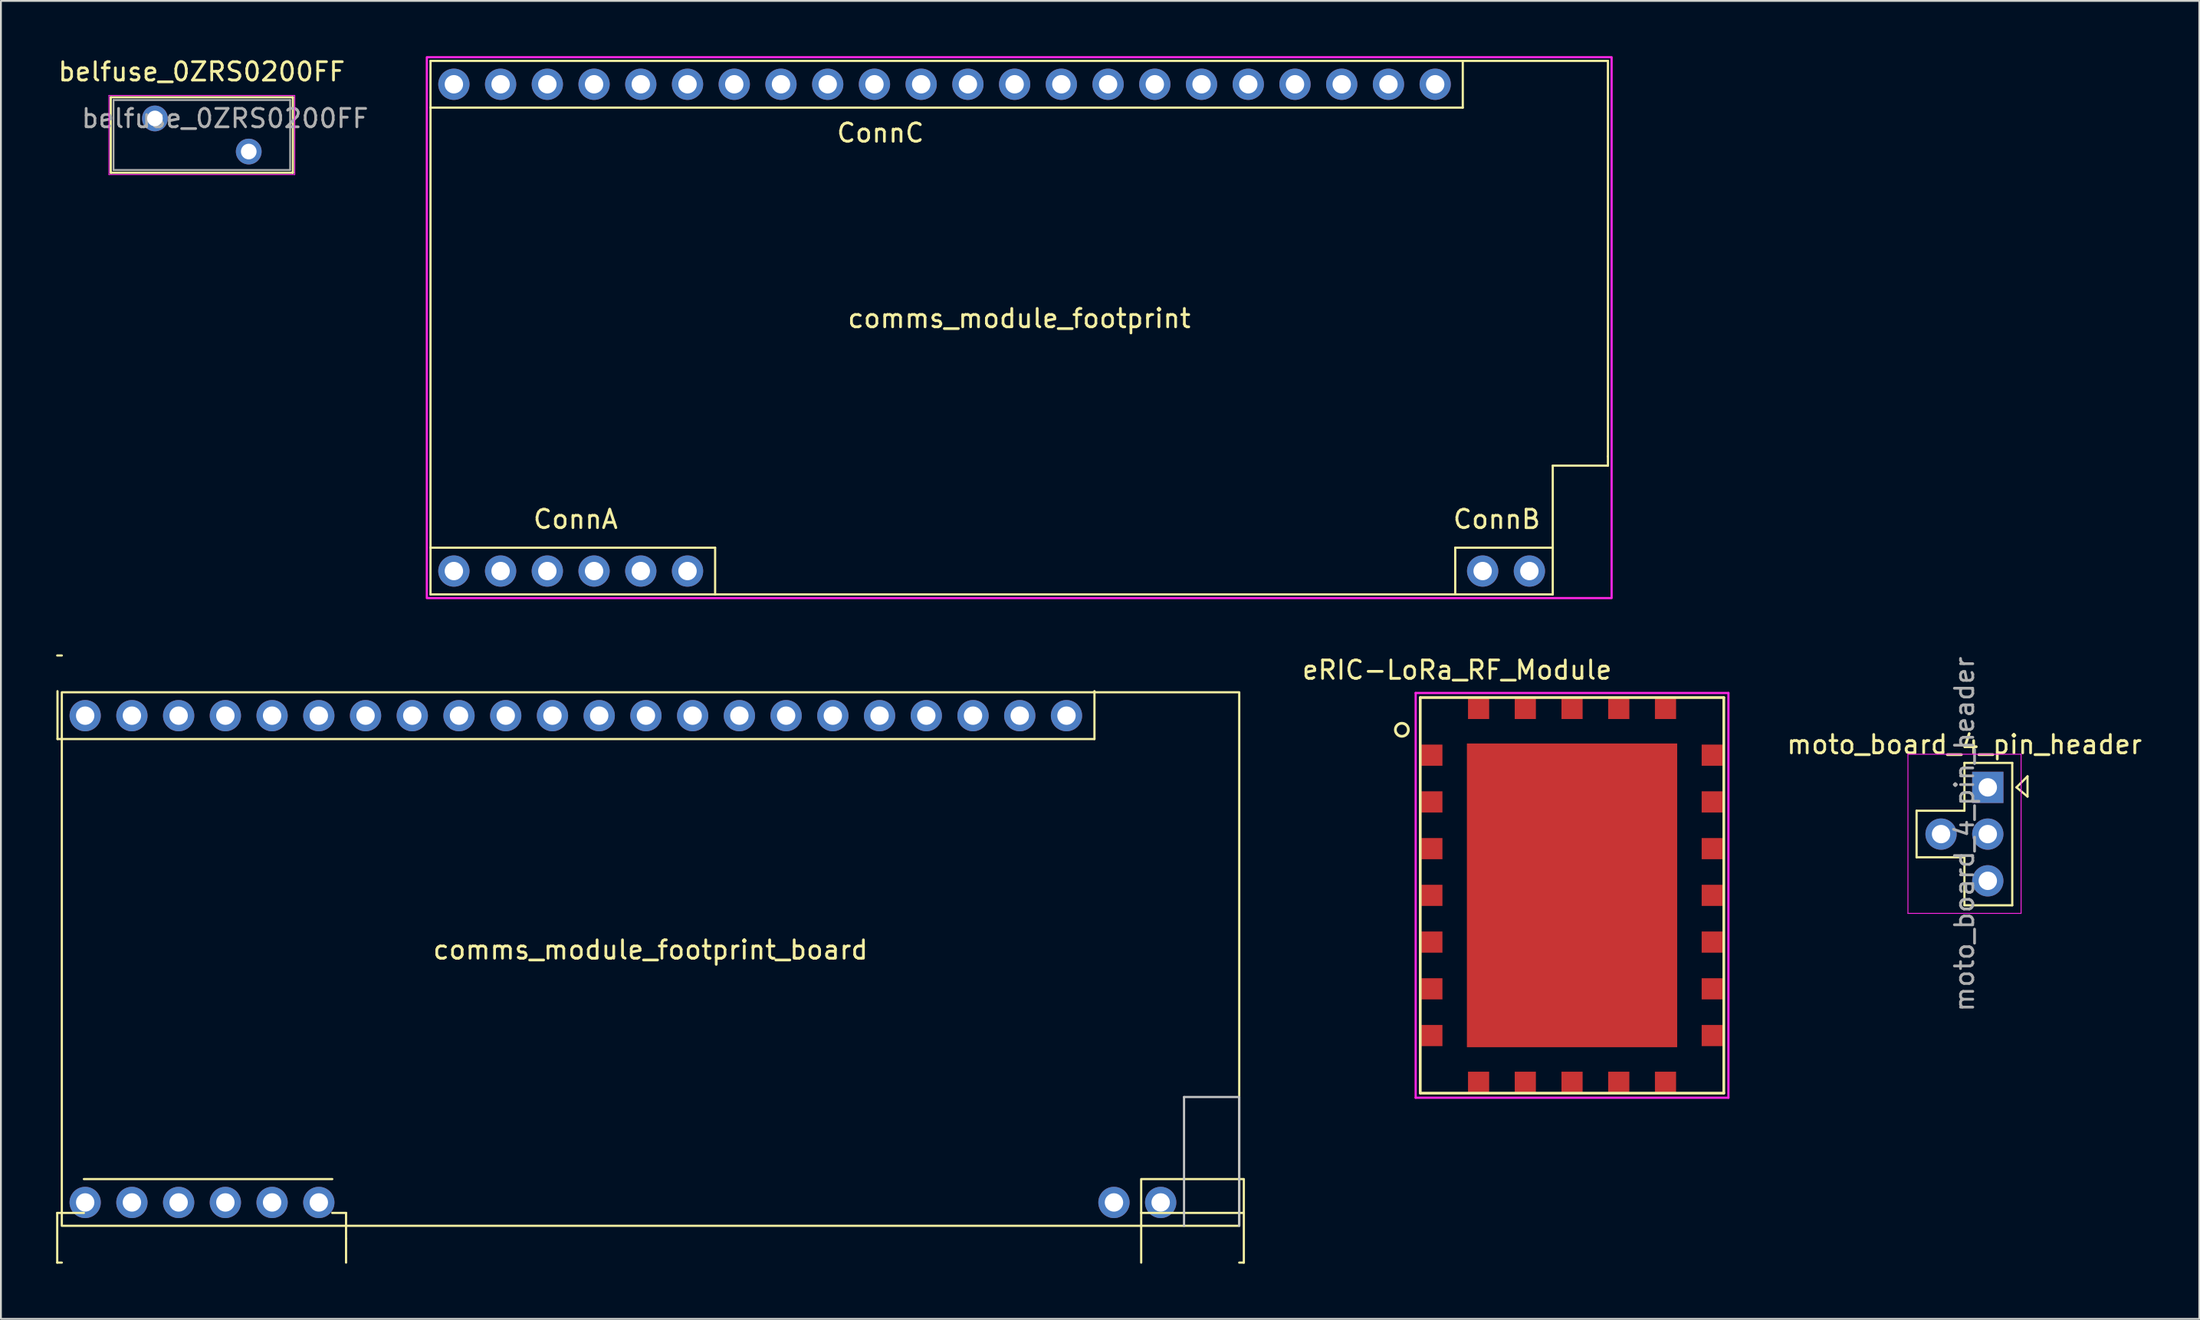
<source format=kicad_pcb>
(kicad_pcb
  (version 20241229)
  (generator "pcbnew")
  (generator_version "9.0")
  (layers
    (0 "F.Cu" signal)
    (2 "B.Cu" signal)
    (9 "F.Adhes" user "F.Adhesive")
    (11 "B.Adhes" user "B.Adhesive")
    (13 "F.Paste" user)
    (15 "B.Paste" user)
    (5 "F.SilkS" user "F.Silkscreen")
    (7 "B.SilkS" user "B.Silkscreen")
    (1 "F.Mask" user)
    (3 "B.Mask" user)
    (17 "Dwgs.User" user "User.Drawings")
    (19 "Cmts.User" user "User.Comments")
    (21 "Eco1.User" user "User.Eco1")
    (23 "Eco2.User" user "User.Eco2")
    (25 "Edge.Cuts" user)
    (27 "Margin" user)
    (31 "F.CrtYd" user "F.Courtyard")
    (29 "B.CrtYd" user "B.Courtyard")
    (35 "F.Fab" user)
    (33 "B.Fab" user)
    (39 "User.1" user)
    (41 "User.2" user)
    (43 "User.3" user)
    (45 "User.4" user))
  (footprint "comms_module_footprint"
    (layer "F.Cu")
    (at 52.351 14.76)
    (property "Reference" "comms_module_footprint" (at 0 -0.5 0) (unlocked yes) (layer "F.SilkS") (effects (font (size 1 1) (thickness 0.15))))
    (attr through_hole)
    (fp_line (start -32 -14.5) (end -32 14.5) (stroke (width 0.12) (type default)) (layer "F.SilkS"))
    (fp_line (start -32 -14.5) (end 32 -14.5) (stroke (width 0.12) (type default)) (layer "F.SilkS"))
    (fp_line (start -32 11.96) (end -16.53 11.96) (stroke (width 0.12) (type default)) (layer "F.SilkS"))
    (fp_line (start -32 14.5) (end 29 14.5) (stroke (width 0.12) (type default)) (layer "F.SilkS"))
    (fp_line (start -16.53 11.96) (end -16.53 14.5) (stroke (width 0.12) (type default)) (layer "F.SilkS"))
    (fp_line (start 23.7 11.96) (end 23.7 14.46) (stroke (width 0.12) (type default)) (layer "F.SilkS"))
    (fp_line (start 23.7 11.96) (end 29 11.96) (stroke (width 0.12) (type default)) (layer "F.SilkS"))
    (fp_line (start 24.11 -14.5) (end 24.11 -11.96) (stroke (width 0.12) (type default)) (layer "F.SilkS"))
    (fp_line (start 24.11 -11.96) (end -32 -11.96) (stroke (width 0.12) (type default)) (layer "F.SilkS"))
    (fp_line (start 29 7.5) (end 32 7.5) (stroke (width 0.12) (type default)) (layer "F.SilkS"))
    (fp_line (start 29 14.5) (end 29 7.5) (stroke (width 0.12) (type default)) (layer "F.SilkS"))
    (fp_line (start 32 -14.5) (end 32 7) (stroke (width 0.12) (type default)) (layer "F.SilkS"))
    (fp_line (start 32 7.5) (end 32 7) (stroke (width 0.12) (type default)) (layer "F.SilkS"))
    (fp_rect (start -32.2 -14.7) (end 32.2 14.7) (stroke (width 0.12) (type default)) (fill no) (layer "F.CrtYd"))
    (fp_text user "ConnB" (at 23.5 11 0) (unlocked yes) (layer "F.SilkS") (effects (font (size 1 1) (thickness 0.15)) (justify left bottom)))
    (fp_text user "ConnC" (at -10 -10 0) (unlocked yes) (layer "F.SilkS") (effects (font (size 1 1) (thickness 0.15)) (justify left bottom)))
    (fp_text user "ConnA" (at -26.5 11 0) (unlocked yes) (layer "F.SilkS") (effects (font (size 1 1) (thickness 0.15)) (justify left bottom)))
    (pad "1" thru_hole circle (at -30.73 13.23 90) (size 1.7 1.7) (drill 1) (layers "*.Cu" "*.Mask"))
    (pad "2" thru_hole oval (at -28.19 13.23 90) (size 1.7 1.7) (drill 1) (layers "*.Cu" "*.Mask"))
    (pad "3" thru_hole oval (at -25.65 13.23 90) (size 1.7 1.7) (drill 1) (layers "*.Cu" "*.Mask"))
    (pad "4" thru_hole oval (at -23.11 13.23 90) (size 1.7 1.7) (drill 1) (layers "*.Cu" "*.Mask"))
    (pad "5" thru_hole oval (at -20.57 13.23 90) (size 1.7 1.7) (drill 1) (layers "*.Cu" "*.Mask"))
    (pad "6" thru_hole oval (at -18.03 13.23 90) (size 1.7 1.7) (drill 1) (layers "*.Cu" "*.Mask"))
    (pad "7" thru_hole circle (at 25.19 13.23 90) (size 1.7 1.7) (drill 1) (layers "*.Cu" "*.Mask"))
    (pad "8" thru_hole oval (at 27.73 13.23 90) (size 1.7 1.7) (drill 1) (layers "*.Cu" "*.Mask"))
    (pad "9" thru_hole oval (at 22.61 -13.23 90) (size 1.7 1.7) (drill 1) (layers "*.Cu" "*.Mask"))
    (pad "10" thru_hole oval (at 20.07 -13.23 90) (size 1.7 1.7) (drill 1) (layers "*.Cu" "*.Mask"))
    (pad "11" thru_hole oval (at 17.53 -13.23 90) (size 1.7 1.7) (drill 1) (layers "*.Cu" "*.Mask"))
    (pad "12" thru_hole oval (at 14.99 -13.23 90) (size 1.7 1.7) (drill 1) (layers "*.Cu" "*.Mask"))
    (pad "13" thru_hole oval (at 12.45 -13.23 90) (size 1.7 1.7) (drill 1) (layers "*.Cu" "*.Mask"))
    (pad "14" thru_hole oval (at 9.91 -13.23 90) (size 1.7 1.7) (drill 1) (layers "*.Cu" "*.Mask"))
    (pad "15" thru_hole oval (at 7.37 -13.23 90) (size 1.7 1.7) (drill 1) (layers "*.Cu" "*.Mask"))
    (pad "16" thru_hole oval (at 4.83 -13.23 90) (size 1.7 1.7) (drill 1) (layers "*.Cu" "*.Mask"))
    (pad "17" thru_hole oval (at 2.29 -13.23 90) (size 1.7 1.7) (drill 1) (layers "*.Cu" "*.Mask"))
    (pad "18" thru_hole oval (at -0.25 -13.23 90) (size 1.7 1.7) (drill 1) (layers "*.Cu" "*.Mask"))
    (pad "19" thru_hole oval (at -2.79 -13.23 90) (size 1.7 1.7) (drill 1) (layers "*.Cu" "*.Mask"))
    (pad "20" thru_hole oval (at -5.33 -13.23 90) (size 1.7 1.7) (drill 1) (layers "*.Cu" "*.Mask"))
    (pad "21" thru_hole oval (at -7.87 -13.23 90) (size 1.7 1.7) (drill 1) (layers "*.Cu" "*.Mask"))
    (pad "22" thru_hole oval (at -10.41 -13.23 90) (size 1.7 1.7) (drill 1) (layers "*.Cu" "*.Mask"))
    (pad "23" thru_hole oval (at -12.95 -13.23 90) (size 1.7 1.7) (drill 1) (layers "*.Cu" "*.Mask"))
    (pad "24" thru_hole oval (at -15.49 -13.23 90) (size 1.7 1.7) (drill 1) (layers "*.Cu" "*.Mask"))
    (pad "25" thru_hole oval (at -18.03 -13.23 90) (size 1.7 1.7) (drill 1) (layers "*.Cu" "*.Mask"))
    (pad "26" thru_hole oval (at -20.57 -13.23 90) (size 1.7 1.7) (drill 1) (layers "*.Cu" "*.Mask"))
    (pad "27" thru_hole oval (at -23.11 -13.23 90) (size 1.7 1.7) (drill 1) (layers "*.Cu" "*.Mask"))
    (pad "28" thru_hole oval (at -25.65 -13.23 90) (size 1.7 1.7) (drill 1) (layers "*.Cu" "*.Mask"))
    (pad "29" thru_hole oval (at -28.19 -13.23 90) (size 1.7 1.7) (drill 1) (layers "*.Cu" "*.Mask"))
    (pad "30" thru_hole circle (at -30.73 -13.23 90) (size 1.7 1.7) (drill 1) (layers "*.Cu" "*.Mask")))
  (footprint "moto_board_4_pin_header"
    (layer "F.Cu")
    (at 102.458 39.748)
    (property "Reference" "moto_board_4_pin_header" (at 1.27 -2.33 0) (layer "F.SilkS") (effects (font (size 1 1) (thickness 0.15))))
    (attr through_hole)
    (fp_line (start -1.33 1.27) (end 1.27 1.27) (stroke (width 0.12) (type solid)) (layer "F.SilkS"))
    (fp_line (start -1.33 3.8) (end -1.33 1.27) (stroke (width 0.12) (type solid)) (layer "F.SilkS"))
    (fp_line (start -1.33 3.8) (end 1.27 3.8) (stroke (width 0.12) (type solid)) (layer "F.SilkS"))
    (fp_line (start 1.27 -1.33) (end 3.87 -1.33) (stroke (width 0.12) (type solid)) (layer "F.SilkS"))
    (fp_line (start 1.27 1.27) (end 1.27 -1.33) (stroke (width 0.12) (type solid)) (layer "F.SilkS"))
    (fp_line (start 1.27 6.4) (end 1.27 3.8) (stroke (width 0.12) (type solid)) (layer "F.SilkS"))
    (fp_line (start 1.27 6.41) (end 3.87 6.41) (stroke (width 0.12) (type solid)) (layer "F.SilkS"))
    (fp_line (start 3.87 -1.33) (end 3.87 6.41) (stroke (width 0.12) (type solid)) (layer "F.SilkS"))
    (fp_line (start 4.1 0) (end 4.7 -0.6) (stroke (width 0.12) (type solid)) (layer "F.SilkS"))
    (fp_line (start 4.7 -0.6) (end 4.7 0.5) (stroke (width 0.12) (type solid)) (layer "F.SilkS"))
    (fp_line (start 4.7 0.5) (end 4.1 0) (stroke (width 0.12) (type solid)) (layer "F.SilkS"))
    (fp_line (start -1.8 -1.8) (end -1.8 6.85) (stroke (width 0.05) (type solid)) (layer "F.CrtYd"))
    (fp_line (start -1.8 6.85) (end 4.35 6.85) (stroke (width 0.05) (type solid)) (layer "F.CrtYd"))
    (fp_line (start 4.35 -1.8) (end -1.8 -1.8) (stroke (width 0.05) (type solid)) (layer "F.CrtYd"))
    (fp_line (start 4.35 6.85) (end 4.35 -1.8) (stroke (width 0.05) (type solid)) (layer "F.CrtYd"))
    (fp_text user "${REFERENCE}" (at 1.27 2.54 90) (layer "F.Fab") (effects (font (size 1 1) (thickness 0.15))))
    (pad "1" thru_hole rect (at 2.54 0) (size 1.7 1.7) (drill 1) (layers "*.Cu" "*.Mask"))
    (pad "2" thru_hole oval (at 2.54 2.54) (size 1.7 1.7) (drill 1) (layers "*.Cu" "*.Mask"))
    (pad "3" thru_hole oval (at 2.54 5.08) (size 1.7 1.7) (drill 1) (layers "*.Cu" "*.Mask"))
    (pad "4" thru_hole oval (at 0 2.54) (size 1.7 1.7) (drill 1) (layers "*.Cu" "*.Mask")))
  (footprint "eRIC-LoRa_RF_Module"
    (layer "F.Cu")
    (at 82.4 45.618)
    (property "Reference" "eRIC-LoRa_RF_Module" (at -6.25 -12.25 0) (layer "F.SilkS") (effects (font (size 1 1) (thickness 0.15))))
    (attr smd)
    (fp_line (start -8.25 -10.75) (end 8.25 -10.75) (stroke (width 0.15) (type solid)) (layer "F.SilkS"))
    (fp_line (start -8.25 10.75) (end -8.25 -10.75) (stroke (width 0.15) (type solid)) (layer "F.SilkS"))
    (fp_line (start 8.25 -10.75) (end 8.25 10.75) (stroke (width 0.15) (type solid)) (layer "F.SilkS"))
    (fp_line (start 8.25 10.75) (end -8.25 10.75) (stroke (width 0.15) (type solid)) (layer "F.SilkS"))
    (fp_circle (center -9.25 -9) (end -8.896 -9) (stroke (width 0.15) (type solid)) (fill no) (layer "F.SilkS"))
    (fp_line (start -8.5 -11) (end 8.5 -11) (stroke (width 0.12) (type solid)) (layer "F.CrtYd"))
    (fp_line (start -8.5 11) (end -8.5 -11) (stroke (width 0.12) (type solid)) (layer "F.CrtYd"))
    (fp_line (start 8.5 -11) (end 8.5 11) (stroke (width 0.12) (type solid)) (layer "F.CrtYd"))
    (fp_line (start 8.5 11) (end -8.5 11) (stroke (width 0.12) (type solid)) (layer "F.CrtYd"))
    (pad "1" smd rect (at -7.62 -7.62) (size 1.15 1.15) (layers "F.Cu" "F.Mask" "F.Paste"))
    (pad "2" smd rect (at -7.62 -5.08) (size 1.15 1.15) (layers "F.Cu" "F.Mask" "F.Paste"))
    (pad "3" smd rect (at -7.62 -2.54) (size 1.15 1.15) (layers "F.Cu" "F.Mask" "F.Paste"))
    (pad "4" smd rect (at -7.62 0) (size 1.15 1.15) (layers "F.Cu" "F.Mask" "F.Paste"))
    (pad "5" smd rect (at -7.62 2.54) (size 1.15 1.15) (layers "F.Cu" "F.Mask" "F.Paste"))
    (pad "6" smd rect (at -7.62 5.08) (size 1.15 1.15) (layers "F.Cu" "F.Mask" "F.Paste"))
    (pad "7" smd rect (at -7.62 7.62) (size 1.15 1.15) (layers "F.Cu" "F.Mask" "F.Paste"))
    (pad "8" smd rect (at -5.08 10.16) (size 1.15 1.15) (layers "F.Cu" "F.Mask" "F.Paste"))
    (pad "9" smd rect (at -2.54 10.16) (size 1.15 1.15) (layers "F.Cu" "F.Mask" "F.Paste"))
    (pad "10" smd rect (at 0 10.16) (size 1.15 1.15) (layers "F.Cu" "F.Mask" "F.Paste"))
    (pad "11" smd rect (at 2.54 10.16) (size 1.15 1.15) (layers "F.Cu" "F.Mask" "F.Paste"))
    (pad "12" smd rect (at 5.08 10.16) (size 1.15 1.15) (layers "F.Cu" "F.Mask" "F.Paste"))
    (pad "13" smd rect (at 7.62 7.62) (size 1.15 1.15) (layers "F.Cu" "F.Mask" "F.Paste"))
    (pad "14" smd rect (at 7.62 5.08) (size 1.15 1.15) (layers "F.Cu" "F.Mask" "F.Paste"))
    (pad "15" smd rect (at 7.62 2.54) (size 1.15 1.15) (layers "F.Cu" "F.Mask" "F.Paste"))
    (pad "16" smd rect (at 7.62 0) (size 1.15 1.15) (layers "F.Cu" "F.Mask" "F.Paste"))
    (pad "17" smd rect (at 7.62 -2.54) (size 1.15 1.15) (layers "F.Cu" "F.Mask" "F.Paste"))
    (pad "18" smd rect (at 7.62 -5.08) (size 1.15 1.15) (layers "F.Cu" "F.Mask" "F.Paste"))
    (pad "19" smd rect (at 7.62 -7.62) (size 1.15 1.15) (layers "F.Cu" "F.Mask" "F.Paste"))
    (pad "20" smd rect (at 5.08 -10.16) (size 1.15 1.15) (layers "F.Cu" "F.Mask" "F.Paste"))
    (pad "21" smd rect (at 2.54 -10.16) (size 1.15 1.15) (layers "F.Cu" "F.Mask" "F.Paste"))
    (pad "22" smd rect (at 0 -10.16) (size 1.15 1.15) (layers "F.Cu" "F.Mask" "F.Paste"))
    (pad "23" smd rect (at -2.54 -10.16) (size 1.15 1.15) (layers "F.Cu" "F.Mask" "F.Paste"))
    (pad "23" smd rect (at 0 0) (size 11.43 16.51) (layers "F.Cu"))
    (pad "24" smd rect (at -5.08 -10.16) (size 1.15 1.15) (layers "F.Cu" "F.Mask" "F.Paste")))
  (footprint "belfuse_0ZRS0200FF"
    (layer "F.Cu")
    (at 5.371 3.388)
    (property "Reference" "belfuse_0ZRS0200FF" (at 2.54 -2.54 0) (layer "F.SilkS") (effects (font (size 1 1) (thickness 0.15))))
    (attr through_hole)
    (fp_line (start -2.4 -1.15) (end -2.4 2.95) (stroke (width 0.12) (type solid)) (layer "F.SilkS"))
    (fp_line (start -2.4 -1.15) (end 7.5 -1.15) (stroke (width 0.12) (type solid)) (layer "F.SilkS"))
    (fp_line (start -2.4 2.95) (end 7.5 2.95) (stroke (width 0.12) (type solid)) (layer "F.SilkS"))
    (fp_line (start 7.5 -1.15) (end 7.5 2.95) (stroke (width 0.12) (type solid)) (layer "F.SilkS"))
    (fp_line (start -2.5 -1.25) (end -2.5 3.05) (stroke (width 0.05) (type solid)) (layer "F.CrtYd"))
    (fp_line (start -2.5 -1.25) (end 7.6 -1.25) (stroke (width 0.05) (type solid)) (layer "F.CrtYd"))
    (fp_line (start -2.5 3.05) (end 7.6 3.05) (stroke (width 0.05) (type solid)) (layer "F.CrtYd"))
    (fp_line (start 7.6 -1.25) (end 7.6 3.05) (stroke (width 0.05) (type solid)) (layer "F.CrtYd"))
    (fp_line (start -2.25 -1) (end -2.25 2.8) (stroke (width 0.1) (type solid)) (layer "F.Fab"))
    (fp_line (start -2.25 -1) (end 7.35 -1) (stroke (width 0.1) (type solid)) (layer "F.Fab"))
    (fp_line (start -2.25 2.8) (end 7.35 2.8) (stroke (width 0.1) (type solid)) (layer "F.Fab"))
    (fp_line (start 7.35 -1) (end 7.35 2.8) (stroke (width 0.1) (type solid)) (layer "F.Fab"))
    (fp_text user "${REFERENCE}" (at 3.81 0 0) (layer "F.Fab") (effects (font (size 1 1) (thickness 0.15))))
    (pad "1" thru_hole circle (at 0 0) (size 1.4 1.4) (drill 0.85) (layers "*.Cu" "*.Mask"))
    (pad "2" thru_hole circle (at 5.1 1.8) (size 1.4 1.4) (drill 0.85) (layers "*.Cu" "*.Mask")))
  (footprint "comms_module_footprint_board"
    (layer "F.Cu")
    (at 32.31 49.08)
    (property "Reference" "comms_module_footprint_board" (at 0 -0.5 0) (unlocked yes) (layer "F.SilkS") (effects (font (size 1 1) (thickness 0.15))))
    (attr through_hole)
    (fp_line (start -32.25 -16.5) (end -32 -16.5) (stroke (width 0.12) (type default)) (layer "F.SilkS"))
    (fp_line (start -32.25 13.8) (end -32.25 16.5) (stroke (width 0.12) (type default)) (layer "F.SilkS"))
    (fp_line (start -32.25 16.5) (end -32 16.5) (stroke (width 0.12) (type default)) (layer "F.SilkS"))
    (fp_line (start -32.235 -14.56) (end -32.235 -11.96) (stroke (width 0.12) (type default)) (layer "F.SilkS"))
    (fp_line (start -32.235 -11.96) (end -31.985 -11.96) (stroke (width 0.12) (type default)) (layer "F.SilkS"))
    (fp_line (start -30.8 11.96) (end -17.3 11.96) (stroke (width 0.12) (type default)) (layer "F.SilkS"))
    (fp_line (start -30.8 13.8) (end -32.25 13.8) (stroke (width 0.12) (type default)) (layer "F.SilkS"))
    (fp_line (start -16.55 13.8) (end -17.3 13.8) (stroke (width 0.12) (type default)) (layer "F.SilkS"))
    (fp_line (start -16.55 15.2) (end -16.55 13.8) (stroke (width 0.12) (type default)) (layer "F.SilkS"))
    (fp_line (start -16.55 15.2) (end -16.55 16.5) (stroke (width 0.12) (type default)) (layer "F.SilkS"))
    (fp_line (start 24.13 -14.56) (end 24.13 -11.96) (stroke (width 0.12) (type default)) (layer "F.SilkS"))
    (fp_line (start 24.13 -11.96) (end -32 -11.96) (stroke (width 0.12) (type default)) (layer "F.SilkS"))
    (fp_line (start 26.67 13.8) (end 26.67 16.5) (stroke (width 0.12) (type default)) (layer "F.SilkS"))
    (fp_line (start 32.25 13.8) (end 32.25 16.5) (stroke (width 0.12) (type default)) (layer "F.SilkS"))
    (fp_line (start 32.25 16.5) (end 32 16.5) (stroke (width 0.12) (type default)) (layer "F.SilkS"))
    (fp_rect (start -32 -14.5) (end 32 14.5) (stroke (width 0.12) (type default)) (fill no) (layer "F.SilkS"))
    (fp_rect (start 26.67 11.96) (end 32.25 13.8) (stroke (width 0.12) (type default)) (fill no) (layer "F.SilkS"))
    (fp_line (start 29 7.5) (end 29 14.5) (stroke (width 0.12) (type default)) (layer "Dwgs.User"))
    (fp_line (start 32 7.5) (end 29 7.5) (stroke (width 0.12) (type default)) (layer "Dwgs.User"))
    (fp_line (start 32 14.5) (end 32 7.5) (stroke (width 0.12) (type default)) (layer "Dwgs.User"))
    (pad "1" thru_hole circle (at -30.73 13.23 90) (size 1.7 1.7) (drill 1) (layers "*.Cu" "*.Mask"))
    (pad "2" thru_hole oval (at -28.19 13.23 90) (size 1.7 1.7) (drill 1) (layers "*.Cu" "*.Mask"))
    (pad "3" thru_hole oval (at -25.65 13.23 90) (size 1.7 1.7) (drill 1) (layers "*.Cu" "*.Mask"))
    (pad "4" thru_hole oval (at -23.11 13.23 90) (size 1.7 1.7) (drill 1) (layers "*.Cu" "*.Mask"))
    (pad "5" thru_hole oval (at -20.57 13.23 90) (size 1.7 1.7) (drill 1) (layers "*.Cu" "*.Mask"))
    (pad "6" thru_hole oval (at -18.03 13.23 90) (size 1.7 1.7) (drill 1) (layers "*.Cu" "*.Mask"))
    (pad "7" thru_hole circle (at 25.19 13.23 90) (size 1.7 1.7) (drill 1) (layers "*.Cu" "*.Mask"))
    (pad "8" thru_hole oval (at 27.73 13.23 90) (size 1.7 1.7) (drill 1) (layers "*.Cu" "*.Mask"))
    (pad "9" thru_hole oval (at 22.61 -13.23 90) (size 1.7 1.7) (drill 1) (layers "*.Cu" "*.Mask"))
    (pad "10" thru_hole oval (at 20.07 -13.23 90) (size 1.7 1.7) (drill 1) (layers "*.Cu" "*.Mask"))
    (pad "11" thru_hole oval (at 17.53 -13.23 90) (size 1.7 1.7) (drill 1) (layers "*.Cu" "*.Mask"))
    (pad "12" thru_hole oval (at 14.99 -13.23 90) (size 1.7 1.7) (drill 1) (layers "*.Cu" "*.Mask"))
    (pad "13" thru_hole oval (at 12.45 -13.23 90) (size 1.7 1.7) (drill 1) (layers "*.Cu" "*.Mask"))
    (pad "14" thru_hole oval (at 9.91 -13.23 90) (size 1.7 1.7) (drill 1) (layers "*.Cu" "*.Mask"))
    (pad "15" thru_hole oval (at 7.37 -13.23 90) (size 1.7 1.7) (drill 1) (layers "*.Cu" "*.Mask"))
    (pad "16" thru_hole oval (at 4.83 -13.23 90) (size 1.7 1.7) (drill 1) (layers "*.Cu" "*.Mask"))
    (pad "17" thru_hole oval (at 2.29 -13.23 90) (size 1.7 1.7) (drill 1) (layers "*.Cu" "*.Mask"))
    (pad "18" thru_hole oval (at -0.25 -13.23 90) (size 1.7 1.7) (drill 1) (layers "*.Cu" "*.Mask"))
    (pad "19" thru_hole oval (at -2.79 -13.23 90) (size 1.7 1.7) (drill 1) (layers "*.Cu" "*.Mask"))
    (pad "20" thru_hole oval (at -5.33 -13.23 90) (size 1.7 1.7) (drill 1) (layers "*.Cu" "*.Mask"))
    (pad "21" thru_hole oval (at -7.87 -13.23 90) (size 1.7 1.7) (drill 1) (layers "*.Cu" "*.Mask"))
    (pad "22" thru_hole oval (at -10.41 -13.23 90) (size 1.7 1.7) (drill 1) (layers "*.Cu" "*.Mask"))
    (pad "23" thru_hole oval (at -12.95 -13.23 90) (size 1.7 1.7) (drill 1) (layers "*.Cu" "*.Mask"))
    (pad "24" thru_hole oval (at -15.49 -13.23 90) (size 1.7 1.7) (drill 1) (layers "*.Cu" "*.Mask"))
    (pad "25" thru_hole oval (at -18.03 -13.23 90) (size 1.7 1.7) (drill 1) (layers "*.Cu" "*.Mask"))
    (pad "26" thru_hole oval (at -20.57 -13.23 90) (size 1.7 1.7) (drill 1) (layers "*.Cu" "*.Mask"))
    (pad "27" thru_hole oval (at -23.11 -13.23 90) (size 1.7 1.7) (drill 1) (layers "*.Cu" "*.Mask"))
    (pad "28" thru_hole oval (at -25.65 -13.23 90) (size 1.7 1.7) (drill 1) (layers "*.Cu" "*.Mask"))
    (pad "29" thru_hole oval (at -28.19 -13.23 90) (size 1.7 1.7) (drill 1) (layers "*.Cu" "*.Mask"))
    (pad "30" thru_hole circle (at -30.73 -13.23 90) (size 1.7 1.7) (drill 1) (layers "*.Cu" "*.Mask")))
  (gr_rect
    (start -3 -3)
    (end 116.495 68.64)
    (stroke (width 0.1) (type default))
    (fill no)
    (layer "Edge.Cuts")))
</source>
